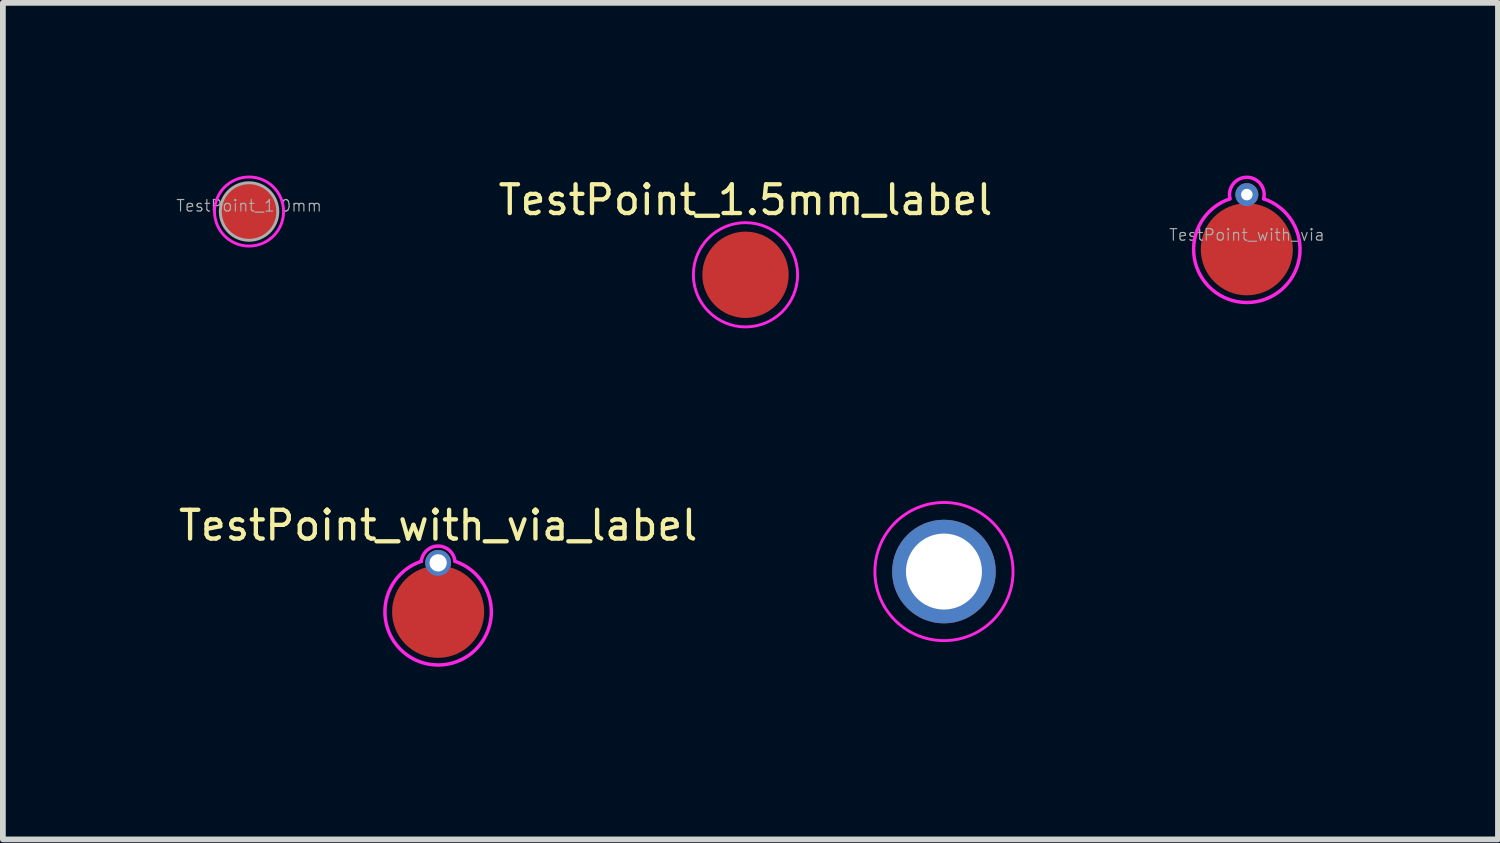
<source format=kicad_pcb>
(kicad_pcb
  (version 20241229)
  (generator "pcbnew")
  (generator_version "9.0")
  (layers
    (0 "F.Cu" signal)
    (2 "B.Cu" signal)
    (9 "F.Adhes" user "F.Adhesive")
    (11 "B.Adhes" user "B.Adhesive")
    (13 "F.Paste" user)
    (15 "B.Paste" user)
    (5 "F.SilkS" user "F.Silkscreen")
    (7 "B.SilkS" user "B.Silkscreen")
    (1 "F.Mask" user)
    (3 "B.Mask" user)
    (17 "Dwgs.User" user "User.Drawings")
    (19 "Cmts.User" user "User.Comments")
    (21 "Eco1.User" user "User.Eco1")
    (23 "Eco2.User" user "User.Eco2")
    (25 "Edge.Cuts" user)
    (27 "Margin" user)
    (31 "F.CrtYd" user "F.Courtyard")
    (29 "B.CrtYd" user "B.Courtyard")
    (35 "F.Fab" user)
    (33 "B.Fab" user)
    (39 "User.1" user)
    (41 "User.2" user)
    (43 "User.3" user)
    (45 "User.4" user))
  (footprint "Turret"
    (layer "F.Cu")
    (at 13.35 6.88)
    (property "Reference" "Turret" (at 0 -0.25 0) (unlocked yes) (layer "F.Fab") (effects (font (size 0.2 0.2) (thickness 0.02))))
    (attr through_hole)
    (fp_circle (center 0 0) (end 1.2 0) (stroke (width 0.05) (type solid)) (fill no) (layer "F.CrtYd"))
    (pad "1" thru_hole circle (at 0 0) (size 1.8 1.8) (drill 1.32) (property pad_prop_testpoint) (layers "*.Cu" "*.Mask")))
  (footprint "TestPoint_with_via"
    (layer "F.Cu")
    (at 18.612 1.281)
    (property "Reference" "TestPoint_with_via" (at 0 -0.25 0) (unlocked yes) (layer "F.Fab") (effects (font (size 0.2 0.2) (thickness 0.02))))
    (attr smd exclude_from_pos_files exclude_from_bom)
    (fp_arc (start -0.292324 -0.876918) (mid -0.00011 -1.251318) (end 0.292377 -0.877132) (stroke (width 0.06) (type default)) (layer "F.CrtYd"))
    (fp_arc (start 0.292377 -0.877132) (mid 0.001413 0.924577) (end -0.295056 -0.876234) (stroke (width 0.06) (type default)) (layer "F.CrtYd"))
    (pad "1" thru_hole circle (at 0 -0.95) (size 0.4 0.4) (drill 0.2) (property pad_prop_testpoint) (layers "*.Cu" "F.Mask"))
    (pad "1" smd circle (at 0 0) (size 1.6 1.6) (property pad_prop_testpoint) (layers "F.Cu" "F.Mask")))
  (footprint "TestPoint_with_via_label"
    (layer "F.Cu")
    (at 4.562 7.579)
    (property "Reference" "TestPoint_with_via_label" (at 0 -1.5 0) (unlocked yes) (layer "F.SilkS") (effects (font (size 0.5 0.5) (thickness 0.075))))
    (attr exclude_from_pos_files exclude_from_bom dnp)
    (fp_arc (start -0.292485 -0.875994) (mid -0.000572 -1.142436) (end 0.292377 -0.877132) (stroke (width 0.06) (type default)) (layer "F.CrtYd"))
    (fp_arc (start 0.292377 -0.877132) (mid 0.001413 0.924577) (end -0.295056 -0.876234) (stroke (width 0.06) (type default)) (layer "F.CrtYd"))
    (pad "1" thru_hole circle (at 0 -0.85) (size 0.45 0.45) (drill 0.3) (property pad_prop_testpoint) (layers "*.Cu" "F.Mask"))
    (pad "1" smd circle (at 0 0) (size 1.6 1.6) (property pad_prop_testpoint) (layers "F.Cu" "F.Mask")))
  (footprint "TestPoint_1.0mm"
    (layer "F.Cu")
    (at 1.277 0.625)
    (property "Reference" "TestPoint_1.0mm" (at 0 -0.1 0) (unlocked yes) (layer "F.Fab") (effects (font (size 0.2 0.2) (thickness 0.02))))
    (attr exclude_from_pos_files exclude_from_bom dnp)
    (fp_circle (center 0 0) (end 0.6 0) (stroke (width 0.05) (type solid)) (fill no) (layer "F.CrtYd"))
    (fp_circle (center 0 0) (end 0.5 0) (stroke (width 0.05) (type solid)) (fill no) (layer "F.Fab"))
    (pad "1" smd circle (at 0 0) (size 1 1) (layers "F.Cu" "F.Mask" "F.Paste")))
  (footprint "TestPoint_1.5mm_label"
    (layer "F.Cu")
    (at 9.902 1.724)
    (property "Reference" "TestPoint_1.5mm_label" (at 0 -1.3 0) (layer "F.SilkS") (effects (font (size 0.5 0.5) (thickness 0.075))))
    (attr exclude_from_pos_files exclude_from_bom dnp)
    (fp_circle (center 0 0) (end 0.9 0.1) (stroke (width 0.05) (type solid)) (fill no) (layer "F.CrtYd"))
    (pad "1" smd circle (at 0 0) (size 1.5 1.5) (layers "F.Cu" "F.Mask")))
  (gr_rect
    (start -3 -3)
    (end 22.975 11.533)
    (stroke (width 0.1) (type default))
    (fill no)
    (layer "Edge.Cuts")))
</source>
